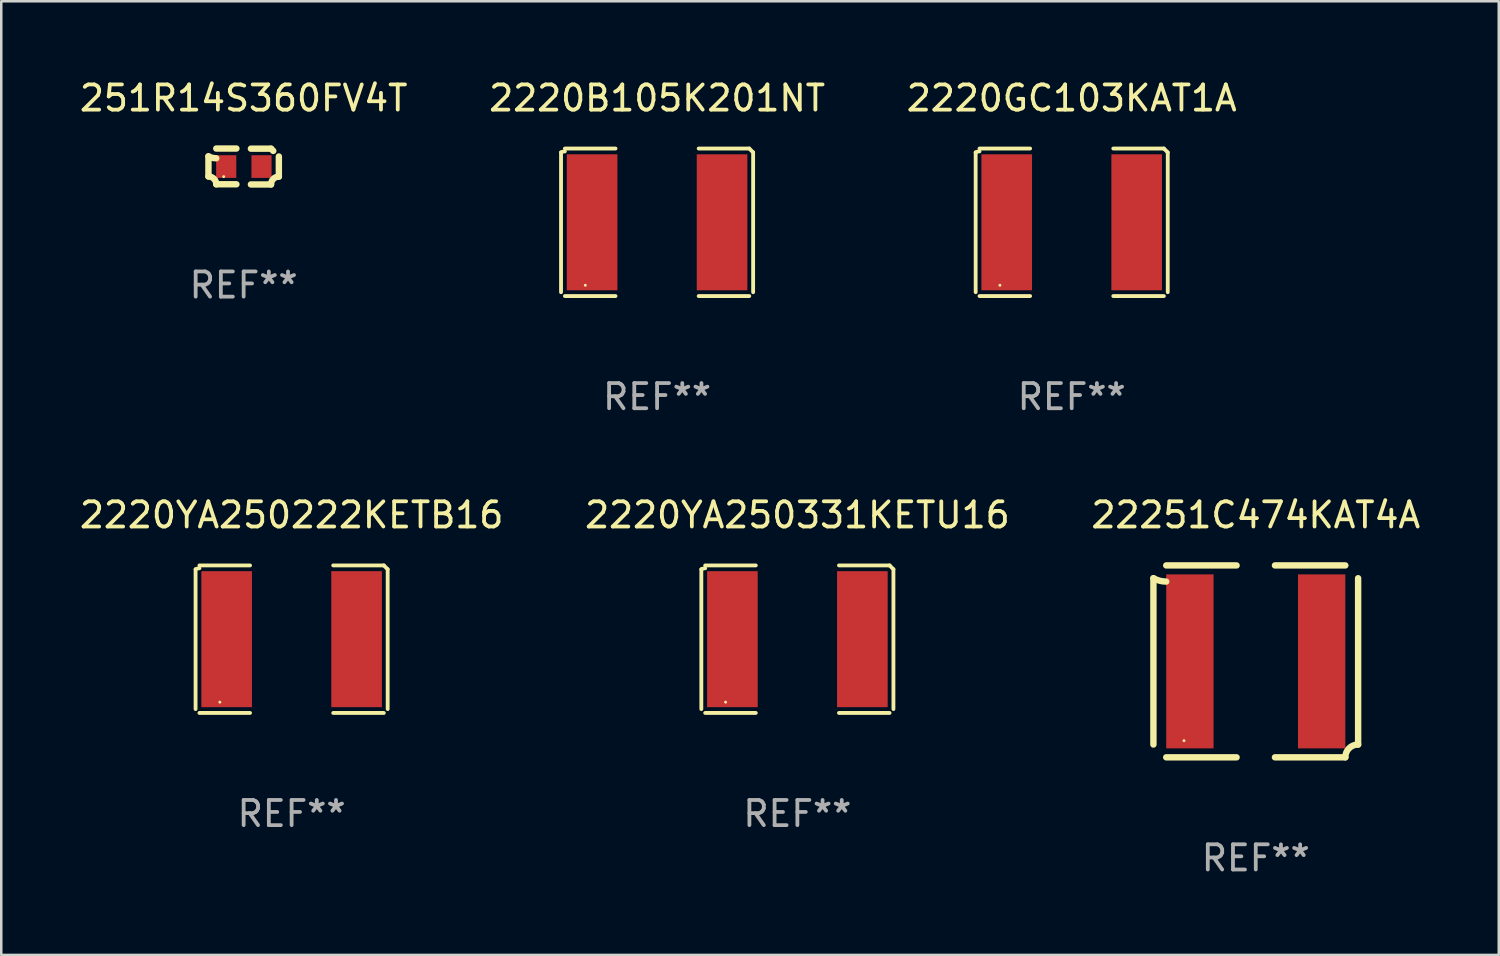
<source format=kicad_pcb>
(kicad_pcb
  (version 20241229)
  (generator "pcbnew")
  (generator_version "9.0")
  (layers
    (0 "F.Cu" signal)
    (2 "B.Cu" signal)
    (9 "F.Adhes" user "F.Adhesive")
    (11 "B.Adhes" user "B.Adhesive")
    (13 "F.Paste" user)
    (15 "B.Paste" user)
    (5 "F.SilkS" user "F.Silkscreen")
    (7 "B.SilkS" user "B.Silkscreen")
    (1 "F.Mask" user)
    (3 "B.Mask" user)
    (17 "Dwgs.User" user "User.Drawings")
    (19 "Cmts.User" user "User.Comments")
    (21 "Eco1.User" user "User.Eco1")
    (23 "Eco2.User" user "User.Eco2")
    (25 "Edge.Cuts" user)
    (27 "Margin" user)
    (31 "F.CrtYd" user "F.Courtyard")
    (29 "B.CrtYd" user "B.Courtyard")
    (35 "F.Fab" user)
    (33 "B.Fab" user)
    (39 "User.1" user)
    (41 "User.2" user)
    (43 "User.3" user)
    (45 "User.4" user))
  (footprint "2220B105K201NT"
    (layer "F.Cu")
    (at 23.042 5.777)
    (property "Reference" "2220B105K201NT" (at 0 -4.929 0) (layer "F.SilkS") (effects (font (size 1 1) (thickness 0.15))))
    (attr through_hole)
    (fp_line (start -3.814 2.776) (end -3.814 -2.776) (stroke (width 0.152) (type solid)) (layer "F.SilkS"))
    (fp_line (start -3.661 -2.929) (end -1.651 -2.929) (stroke (width 0.152) (type solid)) (layer "F.SilkS"))
    (fp_line (start -1.651 2.929) (end -3.661 2.929) (stroke (width 0.152) (type solid)) (layer "F.SilkS"))
    (fp_line (start 1.651 2.929) (end 3.661 2.929) (stroke (width 0.152) (type solid)) (layer "F.SilkS"))
    (fp_line (start 3.661 -2.929) (end 1.651 -2.929) (stroke (width 0.152) (type solid)) (layer "F.SilkS"))
    (fp_line (start 3.814 2.776) (end 3.814 -2.776) (stroke (width 0.152) (type solid)) (layer "F.SilkS"))
    (fp_arc (start -3.813614 -2.7762) (mid -3.739925 -2.805625) (end -3.661214 -2.815646) (stroke (width 0.1524) (type solid)) (layer "F.SilkS"))
    (fp_arc (start 3.661214 -2.9286) (mid 3.737425 -2.852411) (end 3.813614 -2.7762) (stroke (width 0.1524) (type solid)) (layer "F.SilkS"))
    (fp_circle (center -2.85 2.5) (end -2.82 2.5) (stroke (width 0.06) (type solid)) (fill no) (layer "F.SilkS"))
    (fp_text user "REF**" (at 0 6.929 0) (layer "F.Fab") (effects (font (size 1 1) (thickness 0.15))))
    (pad "1" smd rect (at -2.58 0) (size 2.01 5.4) (layers "F.Cu" "F.Mask" "F.Paste"))
    (pad "2" smd rect (at 2.58 0) (size 2.01 5.4) (layers "F.Cu" "F.Mask" "F.Paste")))
  (footprint "22251C474KAT4A"
    (layer "F.Cu")
    (at 46.815 23.212)
    (property "Reference" "22251C474KAT4A" (at 0 -5.81 0) (layer "F.SilkS") (effects (font (size 1 1) (thickness 0.15))))
    (attr through_hole)
    (fp_line (start -4.064 3.302) (end -4.064 -3.302) (stroke (width 0.254) (type solid)) (layer "F.SilkS"))
    (fp_line (start -3.556 -3.81) (end -0.762 -3.81) (stroke (width 0.254) (type solid)) (layer "F.SilkS"))
    (fp_line (start -3.556 3.81) (end -0.762 3.81) (stroke (width 0.254) (type solid)) (layer "F.SilkS"))
    (fp_line (start 3.556 -3.81) (end 0.762 -3.81) (stroke (width 0.254) (type solid)) (layer "F.SilkS"))
    (fp_line (start 3.556 3.81) (end 0.762 3.81) (stroke (width 0.254) (type solid)) (layer "F.SilkS"))
    (fp_line (start 4.064 -3.302) (end 4.064 3.302) (stroke (width 0.254) (type solid)) (layer "F.SilkS"))
    (fp_arc (start -3.556007 -3.168295) (mid -3.818659 -3.202283) (end -4.064008 -3.302007) (stroke (width 0.254001) (type solid)) (layer "F.SilkS"))
    (fp_arc (start 3.556007 3.810008) (mid 3.704797 3.450797) (end 4.064008 3.302007) (stroke (width 0.254001) (type solid)) (layer "F.SilkS"))
    (fp_circle (center -2.85 3.15) (end -2.82 3.15) (stroke (width 0.06) (type solid)) (fill no) (layer "F.SilkS"))
    (fp_text user "REF**" (at 0 7.81 0) (layer "F.Fab") (effects (font (size 1 1) (thickness 0.15))))
    (pad "1" smd rect (at -2.616 0) (size 1.88 6.909) (layers "F.Cu" "F.Mask" "F.Paste"))
    (pad "2" smd rect (at 2.616 0) (size 1.88 6.909) (layers "F.Cu" "F.Mask" "F.Paste")))
  (footprint "2220YA250222KETB16"
    (layer "F.Cu")
    (at 8.53 22.331)
    (property "Reference" "2220YA250222KETB16" (at 0 -4.929 0) (layer "F.SilkS") (effects (font (size 1 1) (thickness 0.15))))
    (attr through_hole)
    (fp_line (start -3.814 2.776) (end -3.814 -2.776) (stroke (width 0.152) (type solid)) (layer "F.SilkS"))
    (fp_line (start -3.661 -2.929) (end -1.651 -2.929) (stroke (width 0.152) (type solid)) (layer "F.SilkS"))
    (fp_line (start -1.651 2.929) (end -3.661 2.929) (stroke (width 0.152) (type solid)) (layer "F.SilkS"))
    (fp_line (start 1.651 2.929) (end 3.661 2.929) (stroke (width 0.152) (type solid)) (layer "F.SilkS"))
    (fp_line (start 3.661 -2.929) (end 1.651 -2.929) (stroke (width 0.152) (type solid)) (layer "F.SilkS"))
    (fp_line (start 3.814 2.776) (end 3.814 -2.776) (stroke (width 0.152) (type solid)) (layer "F.SilkS"))
    (fp_arc (start -3.813614 -2.7762) (mid -3.739925 -2.805625) (end -3.661214 -2.815646) (stroke (width 0.1524) (type solid)) (layer "F.SilkS"))
    (fp_arc (start 3.661214 -2.9286) (mid 3.737425 -2.852411) (end 3.813614 -2.7762) (stroke (width 0.1524) (type solid)) (layer "F.SilkS"))
    (fp_circle (center -2.85 2.5) (end -2.82 2.5) (stroke (width 0.06) (type solid)) (fill no) (layer "F.SilkS"))
    (fp_text user "REF**" (at 0 6.929 0) (layer "F.Fab") (effects (font (size 1 1) (thickness 0.15))))
    (pad "1" smd rect (at -2.58 0) (size 2.01 5.4) (layers "F.Cu" "F.Mask" "F.Paste"))
    (pad "2" smd rect (at 2.58 0) (size 2.01 5.4) (layers "F.Cu" "F.Mask" "F.Paste")))
  (footprint "2220GC103KAT1A"
    (layer "F.Cu")
    (at 39.506 5.777)
    (property "Reference" "2220GC103KAT1A" (at 0 -4.929 0) (layer "F.SilkS") (effects (font (size 1 1) (thickness 0.15))))
    (attr through_hole)
    (fp_line (start -3.814 2.776) (end -3.814 -2.776) (stroke (width 0.152) (type solid)) (layer "F.SilkS"))
    (fp_line (start -3.661 -2.929) (end -1.651 -2.929) (stroke (width 0.152) (type solid)) (layer "F.SilkS"))
    (fp_line (start -1.651 2.929) (end -3.661 2.929) (stroke (width 0.152) (type solid)) (layer "F.SilkS"))
    (fp_line (start 1.651 2.929) (end 3.661 2.929) (stroke (width 0.152) (type solid)) (layer "F.SilkS"))
    (fp_line (start 3.661 -2.929) (end 1.651 -2.929) (stroke (width 0.152) (type solid)) (layer "F.SilkS"))
    (fp_line (start 3.814 2.776) (end 3.814 -2.776) (stroke (width 0.152) (type solid)) (layer "F.SilkS"))
    (fp_arc (start -3.813614 -2.7762) (mid -3.739925 -2.805625) (end -3.661214 -2.815646) (stroke (width 0.1524) (type solid)) (layer "F.SilkS"))
    (fp_arc (start 3.661214 -2.9286) (mid 3.737425 -2.852411) (end 3.813614 -2.7762) (stroke (width 0.1524) (type solid)) (layer "F.SilkS"))
    (fp_circle (center -2.85 2.5) (end -2.82 2.5) (stroke (width 0.06) (type solid)) (fill no) (layer "F.SilkS"))
    (fp_text user "REF**" (at 0 6.929 0) (layer "F.Fab") (effects (font (size 1 1) (thickness 0.15))))
    (pad "1" smd rect (at -2.58 0) (size 2.01 5.4) (layers "F.Cu" "F.Mask" "F.Paste"))
    (pad "2" smd rect (at 2.58 0) (size 2.01 5.4) (layers "F.Cu" "F.Mask" "F.Paste")))
  (footprint "251R14S360FV4T"
    (layer "F.Cu")
    (at 6.625 3.561)
    (property "Reference" "251R14S360FV4T" (at 0 -2.713 0) (layer "F.SilkS") (effects (font (size 1 1) (thickness 0.15))))
    (attr through_hole)
    (fp_line (start -1.398 -0.403) (end -1.398 0.397) (stroke (width 0.254) (type solid)) (layer "F.SilkS"))
    (fp_line (start -0.288 -0.713) (end -1.088 -0.713) (stroke (width 0.254) (type solid)) (layer "F.SilkS"))
    (fp_line (start -0.288 0.707) (end -1.088 0.707) (stroke (width 0.254) (type solid)) (layer "F.SilkS"))
    (fp_line (start 0.288 -0.707) (end 1.088 -0.707) (stroke (width 0.254) (type solid)) (layer "F.SilkS"))
    (fp_line (start 0.288 0.713) (end 1.088 0.713) (stroke (width 0.254) (type solid)) (layer "F.SilkS"))
    (fp_line (start 1.398 -0.397) (end 1.398 0.403) (stroke (width 0.254) (type solid)) (layer "F.SilkS"))
    (fp_arc (start -1.397789 0.397066) (mid -1.178701 0.487826) (end -1.08796 0.706922) (stroke (width 0.254001) (type solid)) (layer "F.SilkS"))
    (fp_arc (start -1.08796 -0.327176) (mid -1.247436 -0.346384) (end -1.39779 -0.402908) (stroke (width 0.254001) (type solid)) (layer "F.SilkS"))
    (fp_arc (start 1.087909 0.712738) (mid 1.178656 0.493655) (end 1.397739 0.402908) (stroke (width 0.254001) (type solid)) (layer "F.SilkS"))
    (fp_arc (start 1.175925 -0.618926) (mid 1.131917 -0.662923) (end 1.08791 -0.706922) (stroke (width 0.254001) (type solid)) (layer "F.SilkS"))
    (fp_circle (center -0.792 0.403) (end -0.762 0.403) (stroke (width 0.06) (type solid)) (fill no) (layer "F.SilkS"))
    (fp_text user "REF**" (at 0 4.713 0) (layer "F.Fab") (effects (font (size 1 1) (thickness 0.15))))
    (pad "1" smd rect (at -0.692 0.003) (size 0.8 0.9) (layers "F.Cu" "F.Mask" "F.Paste"))
    (pad "2" smd rect (at 0.708 0.003) (size 0.8 0.9) (layers "F.Cu" "F.Mask" "F.Paste")))
  (footprint "2220YA250331KETU16"
    (layer "F.Cu")
    (at 28.613 22.331)
    (property "Reference" "2220YA250331KETU16" (at 0 -4.929 0) (layer "F.SilkS") (effects (font (size 1 1) (thickness 0.15))))
    (attr through_hole)
    (fp_line (start -3.814 2.776) (end -3.814 -2.776) (stroke (width 0.152) (type solid)) (layer "F.SilkS"))
    (fp_line (start -3.661 -2.929) (end -1.651 -2.929) (stroke (width 0.152) (type solid)) (layer "F.SilkS"))
    (fp_line (start -1.651 2.929) (end -3.661 2.929) (stroke (width 0.152) (type solid)) (layer "F.SilkS"))
    (fp_line (start 1.651 2.929) (end 3.661 2.929) (stroke (width 0.152) (type solid)) (layer "F.SilkS"))
    (fp_line (start 3.661 -2.929) (end 1.651 -2.929) (stroke (width 0.152) (type solid)) (layer "F.SilkS"))
    (fp_line (start 3.814 2.776) (end 3.814 -2.776) (stroke (width 0.152) (type solid)) (layer "F.SilkS"))
    (fp_arc (start -3.813614 -2.7762) (mid -3.739925 -2.805625) (end -3.661214 -2.815646) (stroke (width 0.1524) (type solid)) (layer "F.SilkS"))
    (fp_arc (start 3.661214 -2.9286) (mid 3.737425 -2.852411) (end 3.813614 -2.7762) (stroke (width 0.1524) (type solid)) (layer "F.SilkS"))
    (fp_circle (center -2.85 2.5) (end -2.82 2.5) (stroke (width 0.06) (type solid)) (fill no) (layer "F.SilkS"))
    (fp_text user "REF**" (at 0 6.929 0) (layer "F.Fab") (effects (font (size 1 1) (thickness 0.15))))
    (pad "1" smd rect (at -2.58 0) (size 2.01 5.4) (layers "F.Cu" "F.Mask" "F.Paste"))
    (pad "2" smd rect (at 2.58 0) (size 2.01 5.4) (layers "F.Cu" "F.Mask" "F.Paste")))
  (gr_rect
    (start -3 -3)
    (end 56.464 34.87)
    (stroke (width 0.1) (type default))
    (fill no)
    (layer "Edge.Cuts")))
</source>
